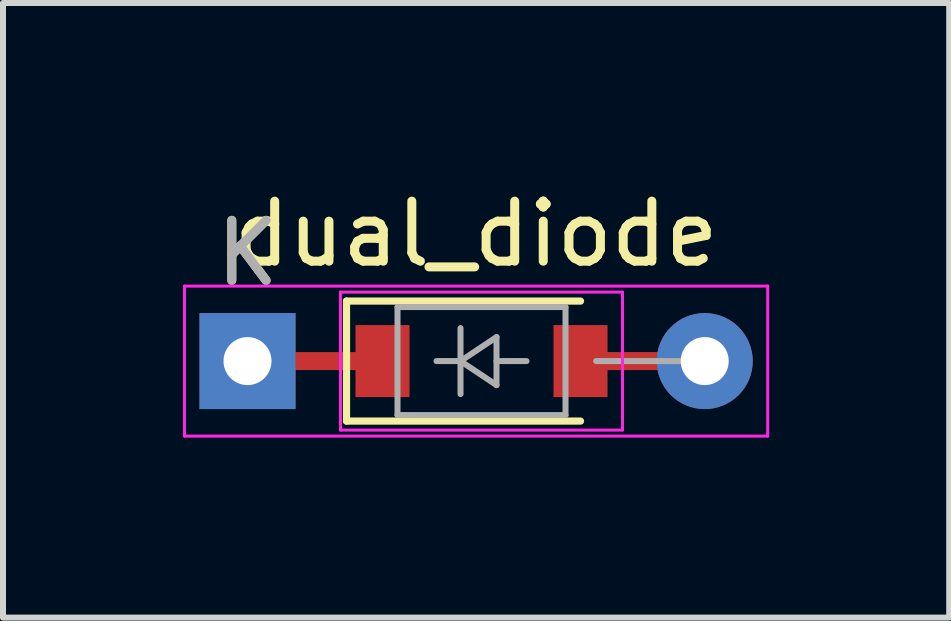
<source format=kicad_pcb>
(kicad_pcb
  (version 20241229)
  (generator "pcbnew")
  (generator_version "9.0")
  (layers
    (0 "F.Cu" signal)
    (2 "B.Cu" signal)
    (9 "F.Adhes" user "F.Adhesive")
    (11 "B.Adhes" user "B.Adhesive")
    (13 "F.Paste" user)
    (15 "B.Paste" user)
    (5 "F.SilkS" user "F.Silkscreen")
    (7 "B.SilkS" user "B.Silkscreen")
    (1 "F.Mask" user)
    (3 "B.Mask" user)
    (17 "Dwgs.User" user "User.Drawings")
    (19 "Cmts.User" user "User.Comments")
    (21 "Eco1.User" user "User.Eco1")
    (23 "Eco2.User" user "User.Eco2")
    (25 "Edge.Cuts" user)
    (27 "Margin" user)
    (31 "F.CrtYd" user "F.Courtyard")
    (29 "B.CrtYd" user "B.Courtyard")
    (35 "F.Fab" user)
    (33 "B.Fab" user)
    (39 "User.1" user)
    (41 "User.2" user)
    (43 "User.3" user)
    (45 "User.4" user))
  (footprint "dual_diode"
    (layer "F.Cu")
    (at 1.075 2.968)
    (property "Reference" "dual_diode" (at 3.81 -2.12 0) (layer "F.SilkS") (effects (font (size 1 1) (thickness 0.15))))
    (attr through_hole)
    (fp_line (start 1.65 -1) (end 1.65 1) (stroke (width 0.12) (type solid)) (layer "F.SilkS"))
    (fp_line (start 1.65 -1) (end 5.55 -1) (stroke (width 0.12) (type solid)) (layer "F.SilkS"))
    (fp_line (start 1.65 1) (end 5.55 1) (stroke (width 0.12) (type solid)) (layer "F.SilkS"))
    (fp_line (start -1.05 -1.25) (end -1.05 1.25) (stroke (width 0.05) (type solid)) (layer "F.CrtYd"))
    (fp_line (start -1.05 1.25) (end 8.67 1.25) (stroke (width 0.05) (type solid)) (layer "F.CrtYd"))
    (fp_line (start 1.55 -1.15) (end 1.55 1.15) (stroke (width 0.05) (type solid)) (layer "F.CrtYd"))
    (fp_line (start 1.55 -1.15) (end 6.25 -1.15) (stroke (width 0.05) (type solid)) (layer "F.CrtYd"))
    (fp_line (start 6.25 -1.15) (end 6.25 1.15) (stroke (width 0.05) (type solid)) (layer "F.CrtYd"))
    (fp_line (start 6.25 1.15) (end 1.55 1.15) (stroke (width 0.05) (type solid)) (layer "F.CrtYd"))
    (fp_line (start 8.67 -1.25) (end -1.05 -1.25) (stroke (width 0.05) (type solid)) (layer "F.CrtYd"))
    (fp_line (start 8.67 1.25) (end 8.67 -1.25) (stroke (width 0.05) (type solid)) (layer "F.CrtYd"))
    (fp_line (start 2.5 -0.9) (end 5.3 -0.9) (stroke (width 0.1) (type solid)) (layer "F.Fab"))
    (fp_line (start 2.5 0.9) (end 2.5 -0.9) (stroke (width 0.1) (type solid)) (layer "F.Fab"))
    (fp_line (start 3.15 0) (end 3.55 0) (stroke (width 0.1) (type solid)) (layer "F.Fab"))
    (fp_line (start 3.55 0) (end 3.55 -0.55) (stroke (width 0.1) (type solid)) (layer "F.Fab"))
    (fp_line (start 3.55 0) (end 3.55 0.55) (stroke (width 0.1) (type solid)) (layer "F.Fab"))
    (fp_line (start 3.55 0) (end 4.15 -0.4) (stroke (width 0.1) (type solid)) (layer "F.Fab"))
    (fp_line (start 4.15 -0.4) (end 4.15 0.4) (stroke (width 0.1) (type solid)) (layer "F.Fab"))
    (fp_line (start 4.15 0) (end 4.65 0) (stroke (width 0.1) (type solid)) (layer "F.Fab"))
    (fp_line (start 4.15 0.4) (end 3.55 0) (stroke (width 0.1) (type solid)) (layer "F.Fab"))
    (fp_line (start 5.3 -0.9) (end 5.3 0.9) (stroke (width 0.1) (type solid)) (layer "F.Fab"))
    (fp_line (start 5.3 0.9) (end 2.5 0.9) (stroke (width 0.1) (type solid)) (layer "F.Fab"))
    (fp_line (start 7.62 0) (end 5.81 0) (stroke (width 0.1) (type solid)) (layer "F.Fab"))
    (fp_text user "K" (at 0 -1.8 0) (layer "F.SilkS") (effects (font (size 1 1) (thickness 0.15))))
    (fp_text user "K" (at 0 -1.8 0) (layer "F.Fab") (effects (font (size 1 1) (thickness 0.15))))
    (pad "1" thru_hole rect (at 0 0) (size 1.6 1.6) (drill 0.8) (layers "*.Cu" "*.Mask"))
    (pad "1" smd rect (at 1.25 0) (size 1.524 0.3) (layers "F.Cu"))
    (pad "1" smd rect (at 2.25 0) (size 0.9 1.2) (layers "F.Cu" "F.Mask" "F.Paste"))
    (pad "2" smd rect (at 5.55 0) (size 0.9 1.2) (layers "F.Cu" "F.Mask" "F.Paste"))
    (pad "2" smd rect (at 6.3 0) (size 1.524 0.3) (layers "F.Cu"))
    (pad "2" thru_hole oval (at 7.62 0) (size 1.6 1.6) (drill 0.8) (layers "*.Cu" "*.Mask")))
  (gr_rect
    (start -3 -3)
    (end 12.77 7.243)
    (stroke (width 0.1) (type default))
    (fill no)
    (layer "Edge.Cuts")))
</source>
